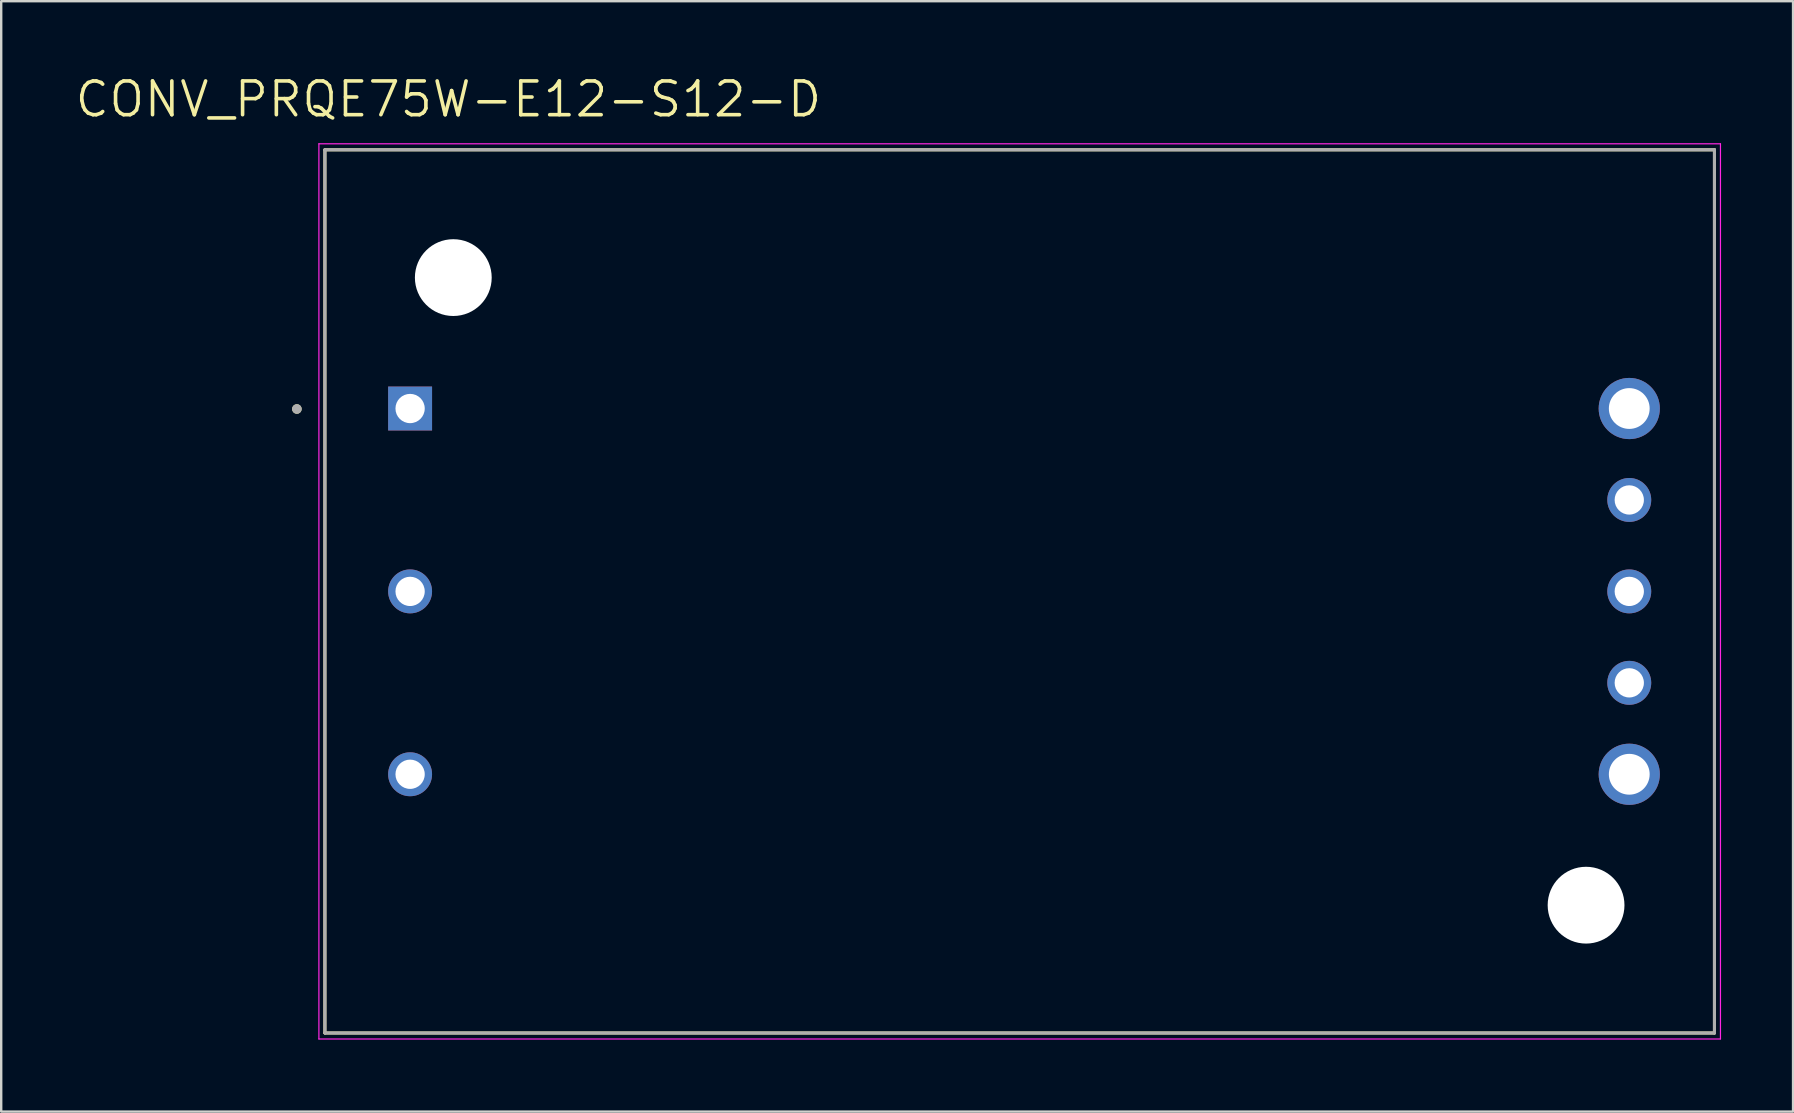
<source format=kicad_pcb>
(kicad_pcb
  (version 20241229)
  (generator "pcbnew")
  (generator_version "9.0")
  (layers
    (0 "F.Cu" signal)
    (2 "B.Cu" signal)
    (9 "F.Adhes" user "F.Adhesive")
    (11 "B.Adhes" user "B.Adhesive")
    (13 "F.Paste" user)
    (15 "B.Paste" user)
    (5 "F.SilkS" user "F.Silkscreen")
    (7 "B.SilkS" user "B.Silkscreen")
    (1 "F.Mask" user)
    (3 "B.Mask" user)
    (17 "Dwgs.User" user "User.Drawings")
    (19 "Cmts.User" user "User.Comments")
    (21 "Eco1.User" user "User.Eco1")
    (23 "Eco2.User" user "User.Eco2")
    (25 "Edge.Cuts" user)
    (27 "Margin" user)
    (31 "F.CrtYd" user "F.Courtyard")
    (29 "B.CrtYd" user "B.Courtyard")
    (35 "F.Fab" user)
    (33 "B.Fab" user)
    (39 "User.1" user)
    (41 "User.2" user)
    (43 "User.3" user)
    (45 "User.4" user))
  (footprint "CONV_PRQE75W-E12-S12-D"
    (layer "F.Cu")
    (at 39.438 21.592)
    (property "Reference" "CONV_PRQE75W-E12-S12-D" (at -23.804 -20.506 0) (layer "F.SilkS") (effects (font (size 1.407 1.407) (thickness 0.15))))
    (attr through_hole)
    (fp_line (start -28.95 -18.4) (end 28.95 -18.4) (stroke (width 0.127) (type solid)) (layer "F.SilkS"))
    (fp_line (start -28.95 18.4) (end -28.95 -18.4) (stroke (width 0.127) (type solid)) (layer "F.SilkS"))
    (fp_line (start 28.95 -18.4) (end 28.95 18.4) (stroke (width 0.127) (type solid)) (layer "F.SilkS"))
    (fp_line (start 28.95 18.4) (end -28.95 18.4) (stroke (width 0.127) (type solid)) (layer "F.SilkS"))
    (fp_circle (center -30.118 -7.6) (end -30.018 -7.6) (stroke (width 0.2) (type solid)) (fill no) (layer "F.SilkS"))
    (fp_line (start -29.2 -18.65) (end 29.2 -18.65) (stroke (width 0.05) (type solid)) (layer "F.CrtYd"))
    (fp_line (start -29.2 18.65) (end -29.2 -18.65) (stroke (width 0.05) (type solid)) (layer "F.CrtYd"))
    (fp_line (start 29.2 -18.65) (end 29.2 18.65) (stroke (width 0.05) (type solid)) (layer "F.CrtYd"))
    (fp_line (start 29.2 18.65) (end -29.2 18.65) (stroke (width 0.05) (type solid)) (layer "F.CrtYd"))
    (fp_line (start -28.95 -18.4) (end 28.95 -18.4) (stroke (width 0.127) (type solid)) (layer "F.Fab"))
    (fp_line (start -28.95 18.4) (end -28.95 -18.4) (stroke (width 0.127) (type solid)) (layer "F.Fab"))
    (fp_line (start 28.95 -18.4) (end 28.95 18.4) (stroke (width 0.127) (type solid)) (layer "F.Fab"))
    (fp_line (start 28.95 18.4) (end -28.95 18.4) (stroke (width 0.127) (type solid)) (layer "F.Fab"))
    (fp_circle (center -30.118 -7.6) (end -30.018 -7.6) (stroke (width 0.2) (type solid)) (fill no) (layer "F.Fab"))
    (pad "" np_thru_hole circle (at -23.6 -13.075) (size 3.2 3.2) (drill 3.2) (layers "*.Cu" "*.Mask"))
    (pad "" np_thru_hole circle (at 23.6 13.075) (size 3.2 3.2) (drill 3.2) (layers "*.Cu" "*.Mask"))
    (pad "1" thru_hole rect (at -25.4 -7.62) (size 1.83 1.83) (drill 1.22) (layers "*.Cu" "*.Mask"))
    (pad "2" thru_hole circle (at -25.4 0) (size 1.83 1.83) (drill 1.22) (layers "*.Cu" "*.Mask"))
    (pad "3" thru_hole circle (at -25.4 7.62) (size 1.83 1.83) (drill 1.22) (layers "*.Cu" "*.Mask"))
    (pad "4" thru_hole circle (at 25.4 7.62) (size 2.55 2.55) (drill 1.7) (layers "*.Cu" "*.Mask"))
    (pad "5" thru_hole circle (at 25.4 3.81) (size 1.83 1.83) (drill 1.22) (layers "*.Cu" "*.Mask"))
    (pad "6" thru_hole circle (at 25.4 0) (size 1.83 1.83) (drill 1.22) (layers "*.Cu" "*.Mask"))
    (pad "7" thru_hole circle (at 25.4 -3.81) (size 1.83 1.83) (drill 1.22) (layers "*.Cu" "*.Mask"))
    (pad "8" thru_hole circle (at 25.4 -7.62) (size 2.55 2.55) (drill 1.7) (layers "*.Cu" "*.Mask")))
  (gr_rect
    (start -3 -3)
    (end 71.663 43.267)
    (stroke (width 0.1) (type default))
    (fill no)
    (layer "Edge.Cuts")))
</source>
